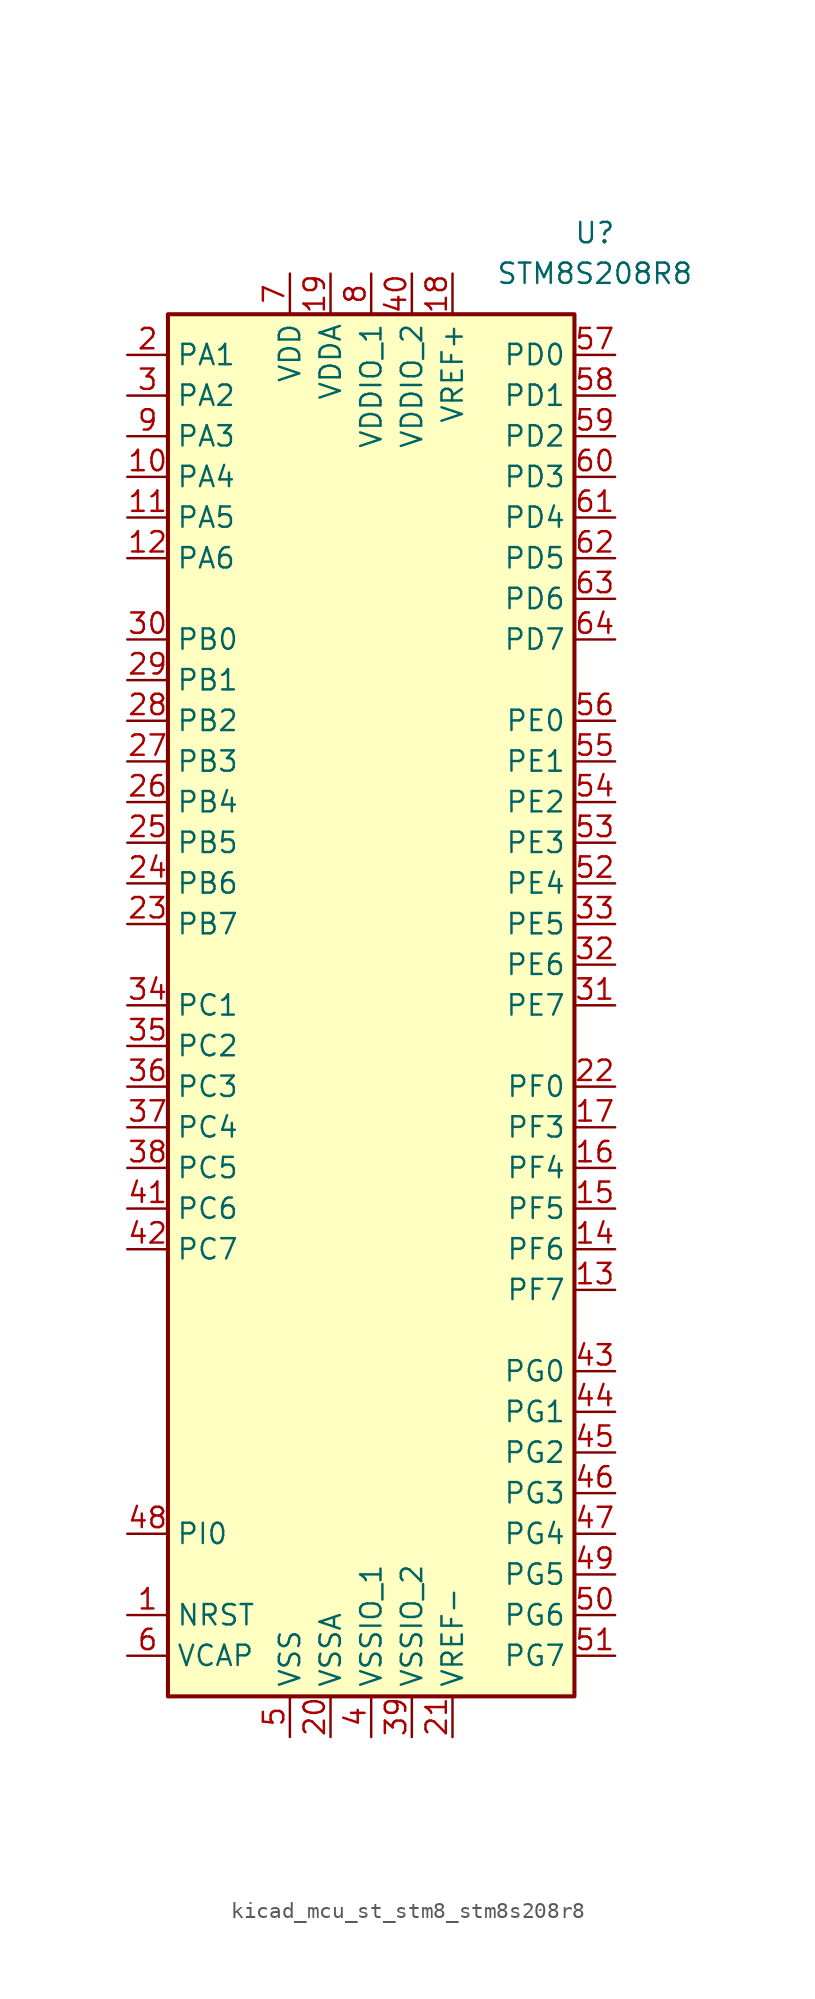
<source format=kicad_sym>
(kicad_symbol_lib
  (version 20220914)
  (generator kicad_symbol_editor)
  (symbol "kicad_mcu_st_stm8_stm8s208r8"
    (property "Reference" "U"
      (at 13.97 48.26 0)
      (effects (font (size 1.27 1.27))))
    (property "Value" "STM8S208R8"
      (at 13.97 45.72 0)
      (effects (font (size 1.27 1.27))))
    (symbol "kicad_mcu_st_stm8_stm8s208r8_0_1"
      (rectangle (start 12.7 43.18) (end -12.7 -43.18) (stroke (width 0.254) (type default)) (fill (type background))))
    (symbol "kicad_mcu_st_stm8_stm8s208r8_1_1"
      (pin input line (at -15.24 -38.1 0) (length 2.54) (name "NRST" (effects (font (size 1.27 1.27)))) (number "1" (effects (font (size 1.27 1.27)))))
      (pin bidirectional line (at -15.24 33.02 0) (length 2.54) (name "PA4" (effects (font (size 1.27 1.27)))) (number "10" (effects (font (size 1.27 1.27)))))
      (pin bidirectional line (at -15.24 30.48 0) (length 2.54) (name "PA5" (effects (font (size 1.27 1.27)))) (number "11" (effects (font (size 1.27 1.27)))))
      (pin bidirectional line (at -15.24 27.94 0) (length 2.54) (name "PA6" (effects (font (size 1.27 1.27)))) (number "12" (effects (font (size 1.27 1.27)))))
      (pin bidirectional line (at 15.24 -17.78 180) (length 2.54) (name "PF7" (effects (font (size 1.27 1.27)))) (number "13" (effects (font (size 1.27 1.27)))))
      (pin bidirectional line (at 15.24 -15.24 180) (length 2.54) (name "PF6" (effects (font (size 1.27 1.27)))) (number "14" (effects (font (size 1.27 1.27)))))
      (pin bidirectional line (at 15.24 -12.7 180) (length 2.54) (name "PF5" (effects (font (size 1.27 1.27)))) (number "15" (effects (font (size 1.27 1.27)))))
      (pin bidirectional line (at 15.24 -10.16 180) (length 2.54) (name "PF4" (effects (font (size 1.27 1.27)))) (number "16" (effects (font (size 1.27 1.27)))))
      (pin bidirectional line (at 15.24 -7.62 180) (length 2.54) (name "PF3" (effects (font (size 1.27 1.27)))) (number "17" (effects (font (size 1.27 1.27)))))
      (pin power_in line (at 5.08 45.72 270) (length 2.54) (name "VREF+" (effects (font (size 1.27 1.27)))) (number "18" (effects (font (size 1.27 1.27)))))
      (pin power_in line (at -2.54 45.72 270) (length 2.54) (name "VDDA" (effects (font (size 1.27 1.27)))) (number "19" (effects (font (size 1.27 1.27)))))
      (pin bidirectional line (at -15.24 40.64 0) (length 2.54) (name "PA1" (effects (font (size 1.27 1.27)))) (number "2" (effects (font (size 1.27 1.27)))))
      (pin power_in line (at -2.54 -45.72 90) (length 2.54) (name "VSSA" (effects (font (size 1.27 1.27)))) (number "20" (effects (font (size 1.27 1.27)))))
      (pin power_in line (at 5.08 -45.72 90) (length 2.54) (name "VREF-" (effects (font (size 1.27 1.27)))) (number "21" (effects (font (size 1.27 1.27)))))
      (pin bidirectional line (at 15.24 -5.08 180) (length 2.54) (name "PF0" (effects (font (size 1.27 1.27)))) (number "22" (effects (font (size 1.27 1.27)))))
      (pin bidirectional line (at -15.24 5.08 0) (length 2.54) (name "PB7" (effects (font (size 1.27 1.27)))) (number "23" (effects (font (size 1.27 1.27)))))
      (pin bidirectional line (at -15.24 7.62 0) (length 2.54) (name "PB6" (effects (font (size 1.27 1.27)))) (number "24" (effects (font (size 1.27 1.27)))))
      (pin bidirectional line (at -15.24 10.16 0) (length 2.54) (name "PB5" (effects (font (size 1.27 1.27)))) (number "25" (effects (font (size 1.27 1.27)))))
      (pin bidirectional line (at -15.24 12.7 0) (length 2.54) (name "PB4" (effects (font (size 1.27 1.27)))) (number "26" (effects (font (size 1.27 1.27)))))
      (pin bidirectional line (at -15.24 15.24 0) (length 2.54) (name "PB3" (effects (font (size 1.27 1.27)))) (number "27" (effects (font (size 1.27 1.27)))))
      (pin bidirectional line (at -15.24 17.78 0) (length 2.54) (name "PB2" (effects (font (size 1.27 1.27)))) (number "28" (effects (font (size 1.27 1.27)))))
      (pin bidirectional line (at -15.24 20.32 0) (length 2.54) (name "PB1" (effects (font (size 1.27 1.27)))) (number "29" (effects (font (size 1.27 1.27)))))
      (pin bidirectional line (at -15.24 38.1 0) (length 2.54) (name "PA2" (effects (font (size 1.27 1.27)))) (number "3" (effects (font (size 1.27 1.27)))))
      (pin bidirectional line (at -15.24 22.86 0) (length 2.54) (name "PB0" (effects (font (size 1.27 1.27)))) (number "30" (effects (font (size 1.27 1.27)))))
      (pin bidirectional line (at 15.24 0 180) (length 2.54) (name "PE7" (effects (font (size 1.27 1.27)))) (number "31" (effects (font (size 1.27 1.27)))))
      (pin bidirectional line (at 15.24 2.54 180) (length 2.54) (name "PE6" (effects (font (size 1.27 1.27)))) (number "32" (effects (font (size 1.27 1.27)))))
      (pin bidirectional line (at 15.24 5.08 180) (length 2.54) (name "PE5" (effects (font (size 1.27 1.27)))) (number "33" (effects (font (size 1.27 1.27)))))
      (pin bidirectional line (at -15.24 0 0) (length 2.54) (name "PC1" (effects (font (size 1.27 1.27)))) (number "34" (effects (font (size 1.27 1.27)))))
      (pin bidirectional line (at -15.24 -2.54 0) (length 2.54) (name "PC2" (effects (font (size 1.27 1.27)))) (number "35" (effects (font (size 1.27 1.27)))))
      (pin bidirectional line (at -15.24 -5.08 0) (length 2.54) (name "PC3" (effects (font (size 1.27 1.27)))) (number "36" (effects (font (size 1.27 1.27)))))
      (pin bidirectional line (at -15.24 -7.62 0) (length 2.54) (name "PC4" (effects (font (size 1.27 1.27)))) (number "37" (effects (font (size 1.27 1.27)))))
      (pin bidirectional line (at -15.24 -10.16 0) (length 2.54) (name "PC5" (effects (font (size 1.27 1.27)))) (number "38" (effects (font (size 1.27 1.27)))))
      (pin power_in line (at 2.54 -45.72 90) (length 2.54) (name "VSSIO_2" (effects (font (size 1.27 1.27)))) (number "39" (effects (font (size 1.27 1.27)))))
      (pin power_in line (at 0 -45.72 90) (length 2.54) (name "VSSIO_1" (effects (font (size 1.27 1.27)))) (number "4" (effects (font (size 1.27 1.27)))))
      (pin power_in line (at 2.54 45.72 270) (length 2.54) (name "VDDIO_2" (effects (font (size 1.27 1.27)))) (number "40" (effects (font (size 1.27 1.27)))))
      (pin bidirectional line (at -15.24 -12.7 0) (length 2.54) (name "PC6" (effects (font (size 1.27 1.27)))) (number "41" (effects (font (size 1.27 1.27)))))
      (pin bidirectional line (at -15.24 -15.24 0) (length 2.54) (name "PC7" (effects (font (size 1.27 1.27)))) (number "42" (effects (font (size 1.27 1.27)))))
      (pin bidirectional line (at 15.24 -22.86 180) (length 2.54) (name "PG0" (effects (font (size 1.27 1.27)))) (number "43" (effects (font (size 1.27 1.27)))))
      (pin bidirectional line (at 15.24 -25.4 180) (length 2.54) (name "PG1" (effects (font (size 1.27 1.27)))) (number "44" (effects (font (size 1.27 1.27)))))
      (pin bidirectional line (at 15.24 -27.94 180) (length 2.54) (name "PG2" (effects (font (size 1.27 1.27)))) (number "45" (effects (font (size 1.27 1.27)))))
      (pin bidirectional line (at 15.24 -30.48 180) (length 2.54) (name "PG3" (effects (font (size 1.27 1.27)))) (number "46" (effects (font (size 1.27 1.27)))))
      (pin bidirectional line (at 15.24 -33.02 180) (length 2.54) (name "PG4" (effects (font (size 1.27 1.27)))) (number "47" (effects (font (size 1.27 1.27)))))
      (pin bidirectional line (at -15.24 -33.02 0) (length 2.54) (name "PI0" (effects (font (size 1.27 1.27)))) (number "48" (effects (font (size 1.27 1.27)))))
      (pin bidirectional line (at 15.24 -35.56 180) (length 2.54) (name "PG5" (effects (font (size 1.27 1.27)))) (number "49" (effects (font (size 1.27 1.27)))))
      (pin power_in line (at -5.08 -45.72 90) (length 2.54) (name "VSS" (effects (font (size 1.27 1.27)))) (number "5" (effects (font (size 1.27 1.27)))))
      (pin bidirectional line (at 15.24 -38.1 180) (length 2.54) (name "PG6" (effects (font (size 1.27 1.27)))) (number "50" (effects (font (size 1.27 1.27)))))
      (pin bidirectional line (at 15.24 -40.64 180) (length 2.54) (name "PG7" (effects (font (size 1.27 1.27)))) (number "51" (effects (font (size 1.27 1.27)))))
      (pin bidirectional line (at 15.24 7.62 180) (length 2.54) (name "PE4" (effects (font (size 1.27 1.27)))) (number "52" (effects (font (size 1.27 1.27)))))
      (pin bidirectional line (at 15.24 10.16 180) (length 2.54) (name "PE3" (effects (font (size 1.27 1.27)))) (number "53" (effects (font (size 1.27 1.27)))))
      (pin bidirectional line (at 15.24 12.7 180) (length 2.54) (name "PE2" (effects (font (size 1.27 1.27)))) (number "54" (effects (font (size 1.27 1.27)))))
      (pin bidirectional line (at 15.24 15.24 180) (length 2.54) (name "PE1" (effects (font (size 1.27 1.27)))) (number "55" (effects (font (size 1.27 1.27)))))
      (pin bidirectional line (at 15.24 17.78 180) (length 2.54) (name "PE0" (effects (font (size 1.27 1.27)))) (number "56" (effects (font (size 1.27 1.27)))))
      (pin bidirectional line (at 15.24 40.64 180) (length 2.54) (name "PD0" (effects (font (size 1.27 1.27)))) (number "57" (effects (font (size 1.27 1.27)))))
      (pin bidirectional line (at 15.24 38.1 180) (length 2.54) (name "PD1" (effects (font (size 1.27 1.27)))) (number "58" (effects (font (size 1.27 1.27)))))
      (pin bidirectional line (at 15.24 35.56 180) (length 2.54) (name "PD2" (effects (font (size 1.27 1.27)))) (number "59" (effects (font (size 1.27 1.27)))))
      (pin input line (at -15.24 -40.64 0) (length 2.54) (name "VCAP" (effects (font (size 1.27 1.27)))) (number "6" (effects (font (size 1.27 1.27)))))
      (pin bidirectional line (at 15.24 33.02 180) (length 2.54) (name "PD3" (effects (font (size 1.27 1.27)))) (number "60" (effects (font (size 1.27 1.27)))))
      (pin bidirectional line (at 15.24 30.48 180) (length 2.54) (name "PD4" (effects (font (size 1.27 1.27)))) (number "61" (effects (font (size 1.27 1.27)))))
      (pin bidirectional line (at 15.24 27.94 180) (length 2.54) (name "PD5" (effects (font (size 1.27 1.27)))) (number "62" (effects (font (size 1.27 1.27)))))
      (pin bidirectional line (at 15.24 25.4 180) (length 2.54) (name "PD6" (effects (font (size 1.27 1.27)))) (number "63" (effects (font (size 1.27 1.27)))))
      (pin bidirectional line (at 15.24 22.86 180) (length 2.54) (name "PD7" (effects (font (size 1.27 1.27)))) (number "64" (effects (font (size 1.27 1.27)))))
      (pin power_in line (at -5.08 45.72 270) (length 2.54) (name "VDD" (effects (font (size 1.27 1.27)))) (number "7" (effects (font (size 1.27 1.27)))))
      (pin power_in line (at 0 45.72 270) (length 2.54) (name "VDDIO_1" (effects (font (size 1.27 1.27)))) (number "8" (effects (font (size 1.27 1.27)))))
      (pin bidirectional line (at -15.24 35.56 0) (length 2.54) (name "PA3" (effects (font (size 1.27 1.27)))) (number "9" (effects (font (size 1.27 1.27))))))))
</source>
